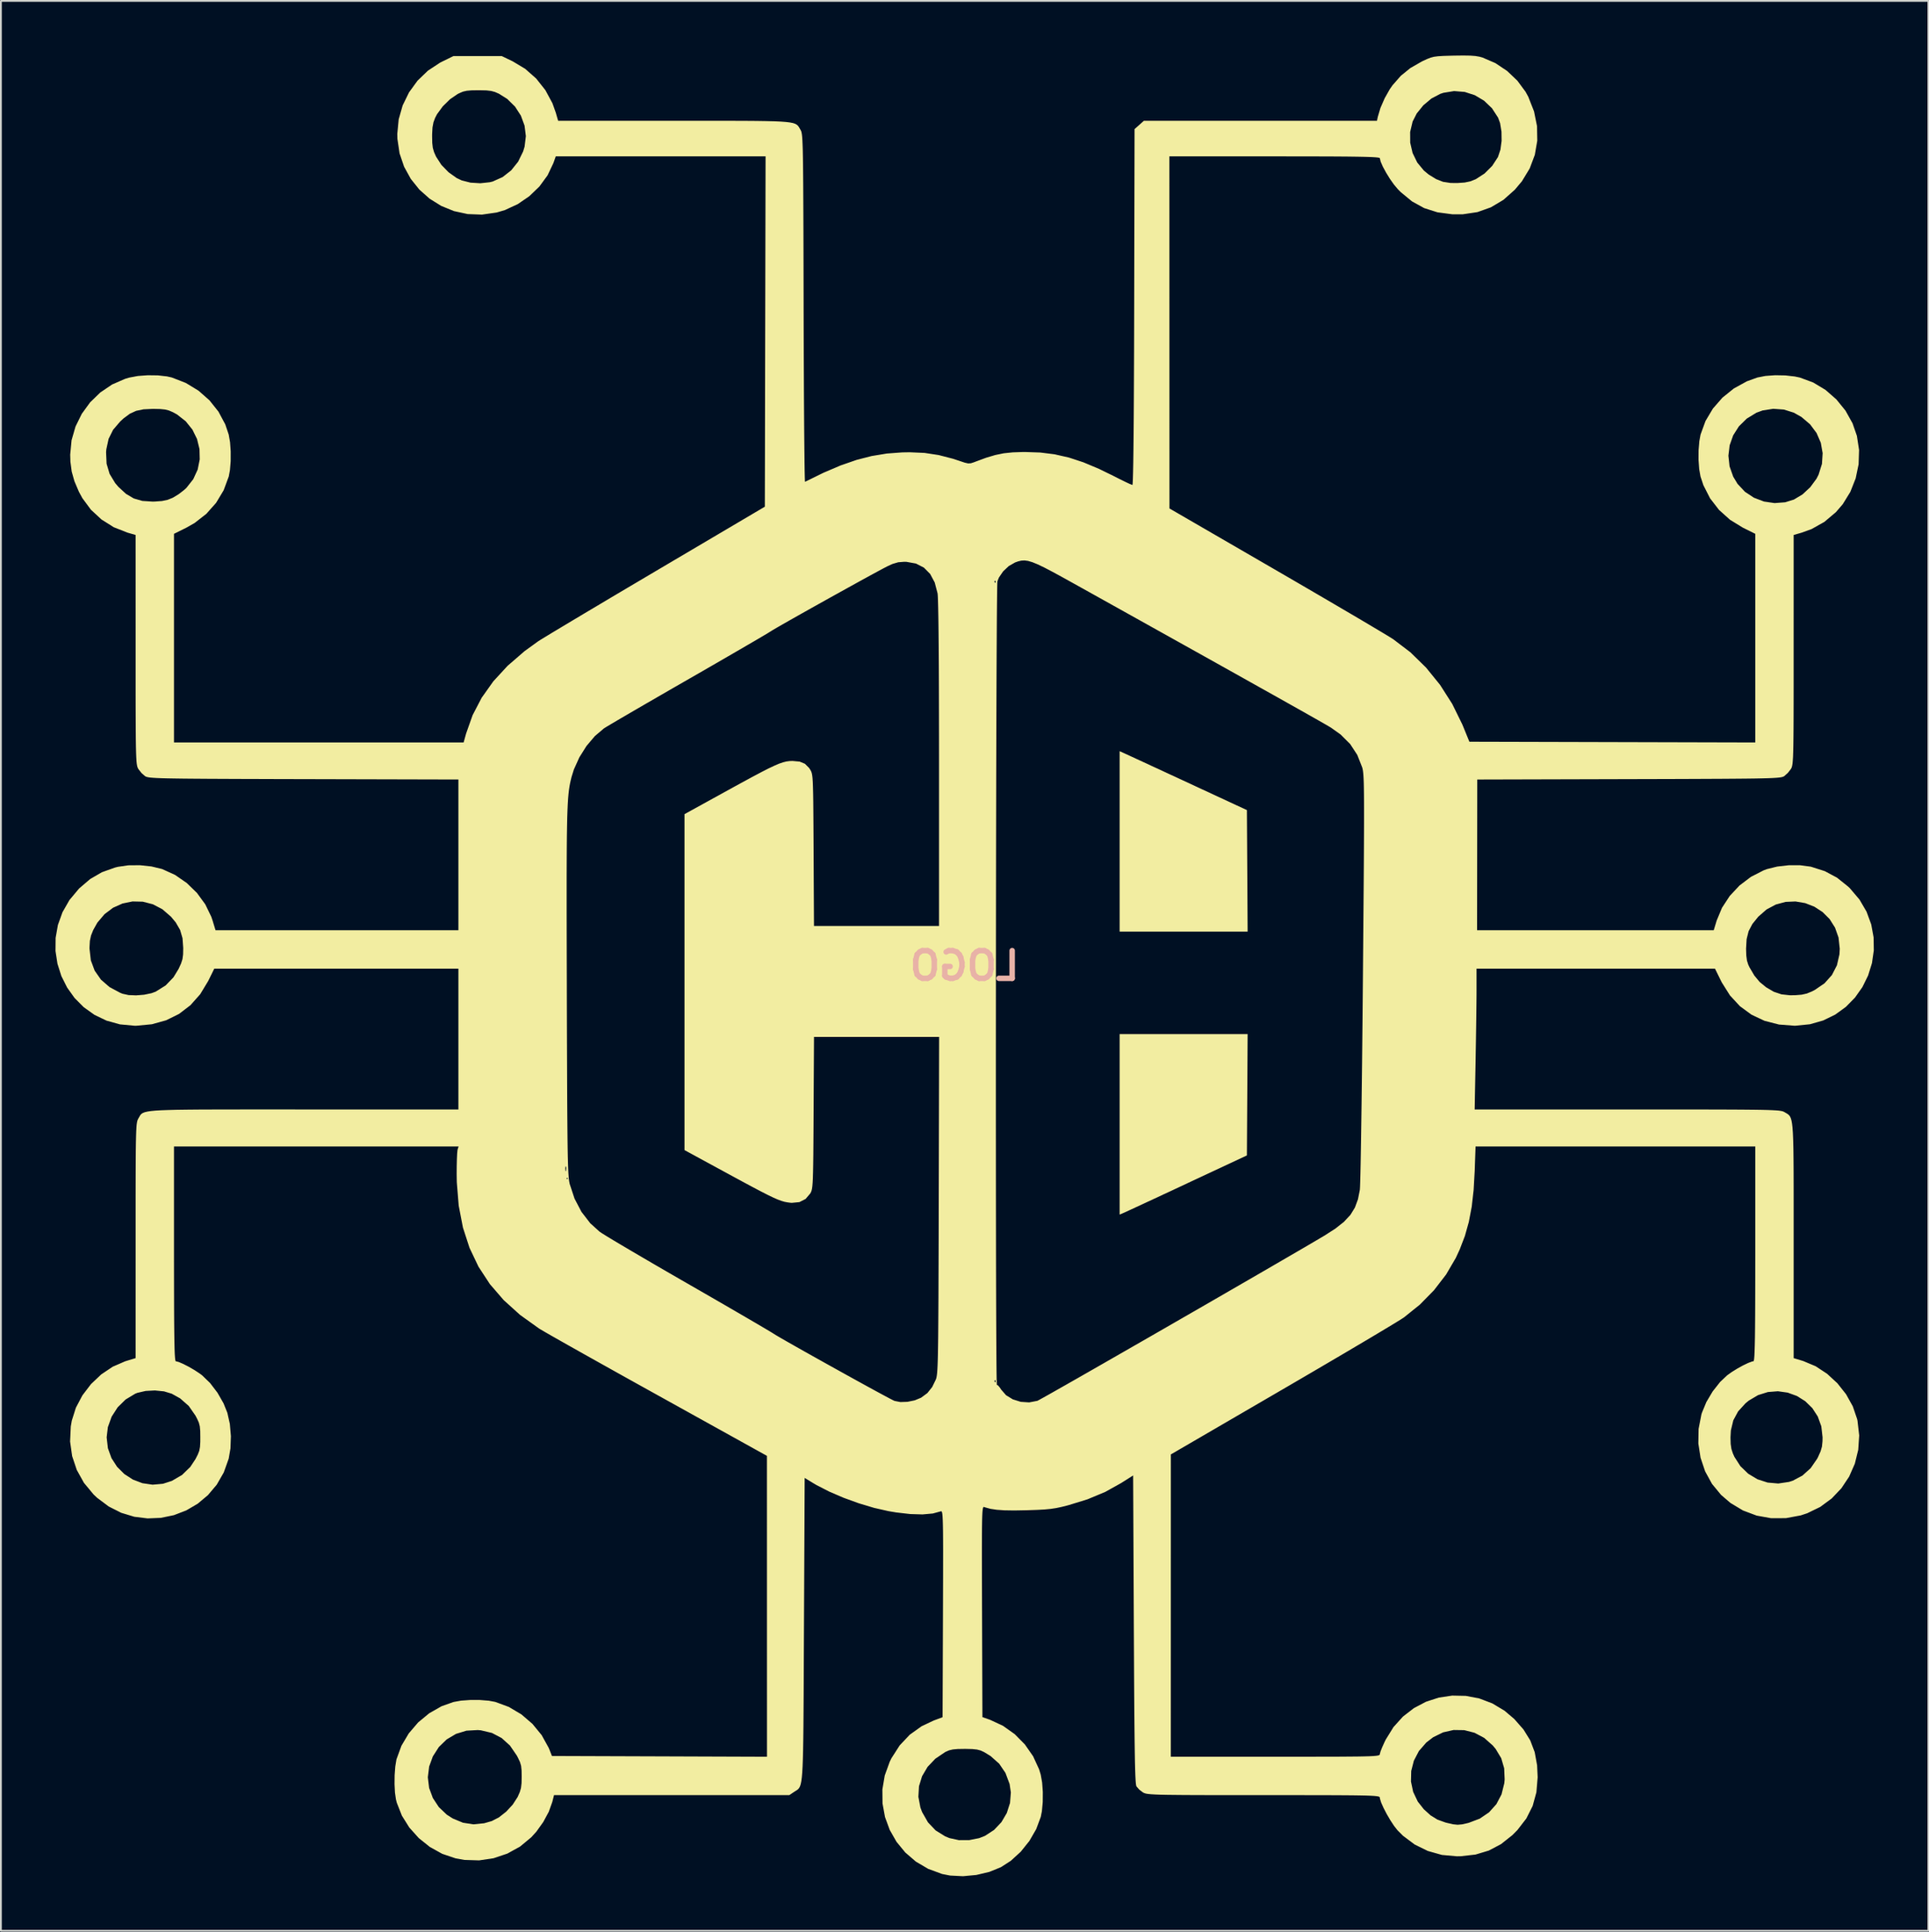
<source format=kicad_pcb>
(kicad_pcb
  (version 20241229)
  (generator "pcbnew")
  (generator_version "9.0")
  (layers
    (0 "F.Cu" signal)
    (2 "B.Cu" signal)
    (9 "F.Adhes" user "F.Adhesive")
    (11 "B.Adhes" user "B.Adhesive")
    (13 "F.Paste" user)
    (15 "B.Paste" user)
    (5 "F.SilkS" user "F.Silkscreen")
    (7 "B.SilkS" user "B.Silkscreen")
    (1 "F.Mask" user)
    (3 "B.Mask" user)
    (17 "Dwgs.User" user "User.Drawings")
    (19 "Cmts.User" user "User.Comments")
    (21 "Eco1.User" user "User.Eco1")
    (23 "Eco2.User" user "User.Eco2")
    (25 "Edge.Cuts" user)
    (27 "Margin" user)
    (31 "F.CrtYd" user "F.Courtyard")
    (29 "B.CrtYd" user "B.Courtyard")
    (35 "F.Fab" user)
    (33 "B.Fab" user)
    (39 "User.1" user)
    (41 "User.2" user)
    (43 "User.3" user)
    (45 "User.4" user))
  (footprint "LOGO"
    (layer "F.Cu")
    (at 49.967 50.011)
    (property "Reference" "LOGO" (at 0 0 0) (layer "B.SilkS") (effects (font (size 1.524 1.524) (thickness 0.3)) (justify mirror)))
    (attr board_only exclude_from_pos_files exclude_from_bom)
    (fp_poly (pts (xy 9.203 -11.478) (xy 9.429 -11.374) (xy 9.776 -11.214) (xy 10.224 -11.006) (xy 10.754 -10.761) (xy 11.343 -10.488) (xy 11.973 -10.197) (xy 12.622 -9.896) (xy 12.7 -9.859) (xy 15.514 -8.554) (xy 15.534 -5.215) (xy 15.554 -1.876) (xy 8.519 -1.876) (xy 8.519 -11.792)) (stroke (width 0) (type solid)) (fill yes) (layer "F.SilkS"))
    (fp_poly (pts (xy 15.534 7.085) (xy 15.514 10.418) (xy 12.27 11.934) (xy 11.597 12.249) (xy 10.959 12.546) (xy 10.374 12.819) (xy 9.856 13.06) (xy 9.42 13.262) (xy 9.083 13.418) (xy 8.859 13.521) (xy 8.773 13.56) (xy 8.519 13.669) (xy 8.519 3.751) (xy 15.554 3.751)) (stroke (width 0) (type solid)) (fill yes) (layer "F.SilkS"))
    (fp_poly (pts (xy 27.782 -50.005) (xy 28.068 -49.984) (xy 28.296 -49.945) (xy 28.469 -49.897) (xy 29.17 -49.594) (xy 29.815 -49.163) (xy 30.377 -48.63) (xy 30.829 -48.019) (xy 30.979 -47.744) (xy 31.295 -46.94) (xy 31.459 -46.132) (xy 31.473 -45.332) (xy 31.338 -44.553) (xy 31.057 -43.806) (xy 30.63 -43.103) (xy 30.236 -42.634) (xy 29.612 -42.081) (xy 28.927 -41.672) (xy 28.182 -41.407) (xy 27.378 -41.287) (xy 26.807 -41.287) (xy 25.988 -41.396) (xy 25.255 -41.629) (xy 24.587 -41.997) (xy 23.967 -42.508) (xy 23.808 -42.668) (xy 23.596 -42.921) (xy 23.374 -43.235) (xy 23.165 -43.574) (xy 22.988 -43.9) (xy 22.867 -44.177) (xy 22.821 -44.368) (xy 22.821 -44.37) (xy 22.794 -44.389) (xy 22.707 -44.406) (xy 22.551 -44.42) (xy 22.317 -44.433) (xy 21.995 -44.443) (xy 21.577 -44.451) (xy 21.054 -44.458) (xy 20.416 -44.463) (xy 19.655 -44.466) (xy 18.76 -44.468) (xy 17.724 -44.469) (xy 17.038 -44.47) (xy 11.254 -44.47) (xy 11.256 -34.798) (xy 11.258 -25.126) (xy 17.058 -21.766) (xy 17.951 -21.248) (xy 18.818 -20.743) (xy 19.648 -20.259) (xy 20.43 -19.801) (xy 21.152 -19.378) (xy 21.803 -18.995) (xy 22.371 -18.658) (xy 22.845 -18.376) (xy 23.214 -18.154) (xy 23.465 -18) (xy 23.556 -17.942) (xy 24.496 -17.227) (xy 25.358 -16.386) (xy 26.13 -15.435) (xy 26.798 -14.389) (xy 27.351 -13.264) (xy 27.407 -13.13) (xy 27.742 -12.309) (xy 35.598 -12.289) (xy 43.454 -12.269) (xy 43.454 -23.733) (xy 42.776 -24.069) (xy 42.069 -24.502) (xy 41.463 -25.045) (xy 40.97 -25.683) (xy 40.604 -26.401) (xy 40.443 -26.886) (xy 40.371 -27.296) (xy 40.336 -27.797) (xy 40.337 -28.024) (xy 41.978 -28.024) (xy 42.041 -27.442) (xy 42.241 -26.874) (xy 42.481 -26.476) (xy 42.887 -26.042) (xy 43.381 -25.716) (xy 43.934 -25.506) (xy 44.516 -25.42) (xy 45.099 -25.465) (xy 45.582 -25.617) (xy 46.05 -25.898) (xy 46.476 -26.293) (xy 46.818 -26.758) (xy 46.934 -26.984) (xy 47.119 -27.573) (xy 47.157 -28.163) (xy 47.056 -28.736) (xy 46.823 -29.271) (xy 46.466 -29.749) (xy 45.994 -30.151) (xy 45.573 -30.389) (xy 45.026 -30.56) (xy 44.44 -30.601) (xy 43.862 -30.512) (xy 43.52 -30.388) (xy 42.984 -30.061) (xy 42.555 -29.639) (xy 42.241 -29.145) (xy 42.047 -28.599) (xy 41.978 -28.024) (xy 40.337 -28.024) (xy 40.339 -28.327) (xy 40.38 -28.824) (xy 40.447 -29.186) (xy 40.72 -29.933) (xy 41.126 -30.614) (xy 41.65 -31.214) (xy 42.276 -31.718) (xy 42.989 -32.11) (xy 43.571 -32.321) (xy 44.015 -32.407) (xy 44.547 -32.445) (xy 45.106 -32.435) (xy 45.632 -32.376) (xy 45.909 -32.317) (xy 46.643 -32.044) (xy 47.317 -31.638) (xy 47.912 -31.117) (xy 48.413 -30.5) (xy 48.8 -29.805) (xy 49.04 -29.115) (xy 49.159 -28.341) (xy 49.134 -27.554) (xy 48.972 -26.778) (xy 48.68 -26.039) (xy 48.265 -25.364) (xy 47.887 -24.924) (xy 47.253 -24.389) (xy 46.551 -23.994) (xy 46.013 -23.799) (xy 45.564 -23.67) (xy 45.563 -17.364) (xy 45.563 -16.223) (xy 45.563 -15.228) (xy 45.562 -14.369) (xy 45.56 -13.634) (xy 45.557 -13.014) (xy 45.552 -12.498) (xy 45.546 -12.075) (xy 45.538 -11.736) (xy 45.529 -11.47) (xy 45.516 -11.265) (xy 45.502 -11.113) (xy 45.484 -11.002) (xy 45.464 -10.921) (xy 45.44 -10.862) (xy 45.413 -10.812) (xy 45.411 -10.809) (xy 45.244 -10.596) (xy 45.051 -10.424) (xy 45.043 -10.418) (xy 45.003 -10.396) (xy 44.948 -10.376) (xy 44.87 -10.358) (xy 44.759 -10.343) (xy 44.607 -10.329) (xy 44.405 -10.317) (xy 44.144 -10.307) (xy 43.814 -10.298) (xy 43.408 -10.29) (xy 42.915 -10.284) (xy 42.328 -10.279) (xy 41.637 -10.274) (xy 40.833 -10.27) (xy 39.907 -10.266) (xy 38.85 -10.262) (xy 37.654 -10.259) (xy 36.501 -10.256) (xy 28.174 -10.234) (xy 28.169 -6.094) (xy 28.164 -1.954) (xy 41.172 -1.954) (xy 41.333 -2.485) (xy 41.626 -3.188) (xy 42.051 -3.837) (xy 42.587 -4.41) (xy 43.213 -4.885) (xy 43.91 -5.242) (xy 44.1 -5.313) (xy 44.659 -5.452) (xy 45.288 -5.523) (xy 45.922 -5.523) (xy 46.493 -5.448) (xy 46.529 -5.439) (xy 47.283 -5.197) (xy 47.949 -4.84) (xy 48.561 -4.349) (xy 48.658 -4.256) (xy 49.183 -3.637) (xy 49.571 -2.972) (xy 49.827 -2.275) (xy 49.958 -1.562) (xy 49.969 -0.847) (xy 49.867 -0.143) (xy 49.656 0.533) (xy 49.344 1.168) (xy 48.935 1.747) (xy 48.436 2.256) (xy 47.853 2.679) (xy 47.191 3.003) (xy 46.457 3.212) (xy 45.656 3.292) (xy 45.619 3.293) (xy 44.759 3.227) (xy 43.965 3.024) (xy 43.247 2.686) (xy 42.611 2.22) (xy 42.065 1.63) (xy 41.618 0.921) (xy 41.577 0.84) (xy 41.24 0.156) (xy 28.135 0.156) (xy 28.135 1.27) (xy 28.134 1.623) (xy 28.129 2.103) (xy 28.122 2.683) (xy 28.113 3.333) (xy 28.103 4.026) (xy 28.091 4.732) (xy 28.084 5.139) (xy 28.032 7.894) (xy 36.427 7.894) (xy 37.754 7.894) (xy 38.934 7.894) (xy 39.975 7.895) (xy 40.887 7.896) (xy 41.679 7.898) (xy 42.359 7.901) (xy 42.937 7.905) (xy 43.421 7.91) (xy 43.821 7.916) (xy 44.145 7.924) (xy 44.403 7.934) (xy 44.602 7.945) (xy 44.754 7.958) (xy 44.865 7.974) (xy 44.946 7.991) (xy 45.004 8.012) (xy 45.051 8.034) (xy 45.071 8.047) (xy 45.158 8.097) (xy 45.233 8.143) (xy 45.298 8.196) (xy 45.355 8.264) (xy 45.402 8.358) (xy 45.442 8.489) (xy 45.475 8.665) (xy 45.501 8.898) (xy 45.522 9.198) (xy 45.537 9.573) (xy 45.549 10.035) (xy 45.556 10.594) (xy 45.561 11.259) (xy 45.563 12.041) (xy 45.564 12.949) (xy 45.564 13.995) (xy 45.564 15.111) (xy 45.564 21.555) (xy 46.094 21.716) (xy 46.769 21.999) (xy 47.4 22.413) (xy 47.966 22.934) (xy 48.444 23.538) (xy 48.814 24.202) (xy 49.053 24.902) (xy 49.073 24.994) (xy 49.166 25.803) (xy 49.113 26.595) (xy 48.926 27.355) (xy 48.614 28.064) (xy 48.186 28.707) (xy 47.652 29.268) (xy 47.023 29.731) (xy 46.308 30.078) (xy 45.95 30.196) (xy 45.135 30.347) (xy 44.323 30.349) (xy 43.531 30.207) (xy 42.78 29.926) (xy 42.087 29.509) (xy 41.573 29.068) (xy 41.076 28.464) (xy 40.699 27.777) (xy 40.447 27.028) (xy 40.325 26.243) (xy 40.331 25.908) (xy 42.093 25.908) (xy 42.103 26.27) (xy 42.143 26.544) (xy 42.225 26.795) (xy 42.308 26.979) (xy 42.638 27.493) (xy 43.068 27.907) (xy 43.574 28.21) (xy 44.132 28.392) (xy 44.719 28.444) (xy 45.309 28.356) (xy 45.514 28.289) (xy 46.045 28.009) (xy 46.499 27.6) (xy 46.857 27.081) (xy 46.902 26.993) (xy 47.043 26.68) (xy 47.119 26.416) (xy 47.149 26.12) (xy 47.153 25.908) (xy 47.084 25.301) (xy 46.889 24.762) (xy 46.588 24.299) (xy 46.199 23.92) (xy 45.742 23.634) (xy 45.235 23.45) (xy 44.698 23.375) (xy 44.149 23.418) (xy 43.608 23.587) (xy 43.094 23.891) (xy 42.914 24.04) (xy 42.51 24.484) (xy 42.247 24.972) (xy 42.114 25.527) (xy 42.093 25.908) (xy 40.331 25.908) (xy 40.339 25.443) (xy 40.493 24.652) (xy 40.522 24.558) (xy 40.767 23.966) (xy 41.112 23.385) (xy 41.523 22.864) (xy 41.912 22.497) (xy 42.166 22.316) (xy 42.469 22.128) (xy 42.783 21.955) (xy 43.067 21.819) (xy 43.283 21.739) (xy 43.356 21.727) (xy 43.375 21.697) (xy 43.391 21.603) (xy 43.405 21.435) (xy 43.417 21.185) (xy 43.427 20.844) (xy 43.436 20.404) (xy 43.442 19.854) (xy 43.447 19.188) (xy 43.45 18.396) (xy 43.452 17.469) (xy 43.453 16.399) (xy 43.454 15.826) (xy 43.454 9.926) (xy 28.081 9.926) (xy 28.034 11.274) (xy 27.975 12.318) (xy 27.869 13.242) (xy 27.711 14.073) (xy 27.495 14.843) (xy 27.212 15.581) (xy 26.995 16.05) (xy 26.463 16.96) (xy 25.797 17.824) (xy 25.017 18.618) (xy 24.147 19.317) (xy 23.992 19.418) (xy 23.713 19.591) (xy 23.32 19.829) (xy 22.824 20.127) (xy 22.236 20.478) (xy 21.566 20.874) (xy 20.827 21.311) (xy 20.027 21.781) (xy 19.178 22.279) (xy 18.292 22.797) (xy 17.446 23.29) (xy 11.334 26.846) (xy 11.333 35.15) (xy 11.332 43.454) (xy 17.077 43.454) (xy 18.161 43.453) (xy 19.1 43.453) (xy 19.904 43.452) (xy 20.583 43.45) (xy 21.147 43.446) (xy 21.608 43.442) (xy 21.975 43.435) (xy 22.26 43.427) (xy 22.473 43.416) (xy 22.624 43.402) (xy 22.723 43.386) (xy 22.782 43.367) (xy 22.811 43.344) (xy 22.82 43.318) (xy 22.821 43.306) (xy 22.855 43.174) (xy 22.945 42.943) (xy 23.075 42.654) (xy 23.145 42.512) (xy 23.57 41.825) (xy 24.091 41.248) (xy 24.692 40.784) (xy 25.354 40.435) (xy 26.062 40.205) (xy 26.797 40.095) (xy 27.543 40.11) (xy 28.282 40.251) (xy 28.997 40.522) (xy 29.671 40.924) (xy 30.21 41.382) (xy 30.716 41.959) (xy 31.087 42.557) (xy 31.332 43.204) (xy 31.464 43.926) (xy 31.494 44.584) (xy 31.425 45.407) (xy 31.219 46.158) (xy 30.872 46.847) (xy 30.379 47.485) (xy 30.105 47.761) (xy 29.482 48.255) (xy 28.812 48.609) (xy 28.078 48.829) (xy 27.264 48.921) (xy 27.054 48.924) (xy 26.234 48.85) (xy 25.455 48.631) (xy 24.735 48.277) (xy 24.092 47.796) (xy 23.791 47.495) (xy 23.603 47.255) (xy 23.399 46.946) (xy 23.199 46.604) (xy 23.024 46.267) (xy 22.892 45.97) (xy 22.825 45.752) (xy 22.821 45.705) (xy 22.815 45.679) (xy 22.792 45.657) (xy 22.742 45.638) (xy 22.654 45.622) (xy 22.518 45.608) (xy 22.325 45.597) (xy 22.065 45.587) (xy 21.727 45.58) (xy 21.302 45.574) (xy 20.78 45.57) (xy 20.151 45.567) (xy 19.405 45.565) (xy 18.532 45.564) (xy 17.522 45.564) (xy 16.432 45.563) (xy 15.283 45.563) (xy 14.28 45.563) (xy 13.412 45.562) (xy 12.67 45.56) (xy 12.043 45.557) (xy 11.52 45.552) (xy 11.091 45.547) (xy 10.746 45.539) (xy 10.474 45.529) (xy 10.265 45.517) (xy 10.108 45.503) (xy 9.994 45.486) (xy 9.912 45.466) (xy 9.851 45.442) (xy 9.801 45.416) (xy 9.794 45.411) (xy 9.596 45.259) (xy 9.45 45.092) (xy 9.442 45.079) (xy 9.425 45.023) (xy 9.41 44.911) (xy 9.402 44.816) (xy 24.531 44.816) (xy 24.651 45.384) (xy 24.905 45.918) (xy 25.235 46.337) (xy 25.609 46.676) (xy 25.984 46.907) (xy 26.42 47.066) (xy 26.533 47.095) (xy 26.851 47.166) (xy 27.095 47.191) (xy 27.335 47.17) (xy 27.642 47.102) (xy 27.709 47.085) (xy 28.314 46.855) (xy 28.824 46.508) (xy 29.226 46.059) (xy 29.509 45.521) (xy 29.661 44.908) (xy 29.68 44.704) (xy 29.653 44.086) (xy 29.492 43.536) (xy 29.187 43.028) (xy 29.026 42.836) (xy 28.555 42.419) (xy 28.025 42.138) (xy 27.458 41.993) (xy 26.875 41.985) (xy 26.299 42.115) (xy 25.751 42.383) (xy 25.373 42.674) (xy 24.966 43.143) (xy 24.69 43.672) (xy 24.545 44.238) (xy 24.531 44.816) (xy 9.402 44.816) (xy 9.396 44.735) (xy 9.383 44.487) (xy 9.372 44.161) (xy 9.361 43.748) (xy 9.352 43.24) (xy 9.343 42.629) (xy 9.335 41.909) (xy 9.327 41.07) (xy 9.32 40.106) (xy 9.313 39.009) (xy 9.307 37.77) (xy 9.3 36.45) (xy 9.261 28.001) (xy 8.608 28.415) (xy 7.73 28.904) (xy 6.755 29.311) (xy 5.705 29.635) (xy 5.351 29.724) (xy 5.042 29.79) (xy 4.738 29.837) (xy 4.399 29.87) (xy 3.988 29.893) (xy 3.464 29.911) (xy 3.396 29.913) (xy 2.729 29.925) (xy 2.194 29.917) (xy 1.765 29.887) (xy 1.421 29.835) (xy 1.136 29.757) (xy 1.074 29.734) (xy 1.048 29.73) (xy 1.026 29.747) (xy 1.007 29.795) (xy 0.991 29.885) (xy 0.978 30.026) (xy 0.968 30.229) (xy 0.96 30.504) (xy 0.954 30.862) (xy 0.951 31.313) (xy 0.949 31.868) (xy 0.949 32.536) (xy 0.95 33.327) (xy 0.953 34.254) (xy 0.956 35.324) (xy 0.957 35.479) (xy 0.977 41.277) (xy 1.402 41.427) (xy 2.11 41.757) (xy 2.753 42.214) (xy 3.311 42.779) (xy 3.763 43.428) (xy 4.091 44.141) (xy 4.182 44.437) (xy 4.26 44.873) (xy 4.297 45.394) (xy 4.293 45.937) (xy 4.248 46.44) (xy 4.186 46.756) (xy 3.934 47.431) (xy 3.559 48.081) (xy 3.086 48.671) (xy 2.541 49.17) (xy 1.993 49.523) (xy 1.354 49.783) (xy 0.644 49.949) (xy -0.089 50.018) (xy -0.796 49.982) (xy -1.241 49.895) (xy -2.004 49.614) (xy -2.68 49.216) (xy -3.262 48.715) (xy -3.744 48.128) (xy -4.118 47.473) (xy -4.377 46.765) (xy -4.513 46.02) (xy -4.517 45.657) (xy -2.542 45.657) (xy -2.431 46.244) (xy -2.336 46.497) (xy -2.014 47.061) (xy -1.593 47.503) (xy -1.071 47.828) (xy -0.834 47.925) (xy -0.316 48.037) (xy 0.247 48.036) (xy 0.799 47.927) (xy 1.12 47.801) (xy 1.618 47.476) (xy 2.022 47.049) (xy 2.318 46.546) (xy 2.495 45.992) (xy 2.54 45.416) (xy 2.471 44.951) (xy 2.245 44.346) (xy 1.899 43.837) (xy 1.427 43.417) (xy 1.072 43.2) (xy 0.882 43.113) (xy 0.681 43.06) (xy 0.422 43.033) (xy 0.059 43.024) (xy 0 43.024) (xy -0.38 43.03) (xy -0.65 43.055) (xy -0.857 43.104) (xy -1.046 43.186) (xy -1.072 43.2) (xy -1.612 43.565) (xy -2.036 44.012) (xy -2.338 44.522) (xy -2.509 45.077) (xy -2.542 45.657) (xy -4.517 45.657) (xy -4.521 45.255) (xy -4.391 44.487) (xy -4.118 43.731) (xy -4.023 43.538) (xy -3.57 42.832) (xy -3.015 42.244) (xy -2.363 41.778) (xy -1.702 41.466) (xy -1.211 41.282) (xy -1.191 35.599) (xy -1.188 34.519) (xy -1.185 33.586) (xy -1.184 32.788) (xy -1.183 32.115) (xy -1.185 31.557) (xy -1.188 31.103) (xy -1.194 30.743) (xy -1.202 30.466) (xy -1.212 30.262) (xy -1.225 30.121) (xy -1.241 30.032) (xy -1.26 29.984) (xy -1.282 29.968) (xy -1.308 29.972) (xy -1.309 29.972) (xy -1.748 30.091) (xy -2.314 30.141) (xy -2.992 30.121) (xy -3.767 30.032) (xy -4.181 29.963) (xy -4.972 29.783) (xy -5.811 29.532) (xy -6.651 29.228) (xy -7.444 28.887) (xy -8.143 28.528) (xy -8.323 28.422) (xy -8.792 28.136) (xy -8.831 36.44) (xy -8.838 37.785) (xy -8.843 38.982) (xy -8.848 40.041) (xy -8.854 40.971) (xy -8.86 41.779) (xy -8.868 42.476) (xy -8.878 43.069) (xy -8.891 43.568) (xy -8.906 43.982) (xy -8.925 44.319) (xy -8.948 44.588) (xy -8.976 44.798) (xy -9.009 44.959) (xy -9.047 45.078) (xy -9.092 45.165) (xy -9.144 45.229) (xy -9.202 45.278) (xy -9.269 45.321) (xy -9.344 45.368) (xy -9.37 45.385) (xy -9.636 45.564) (xy -22.568 45.564) (xy -22.661 45.935) (xy -22.855 46.477) (xy -23.158 47.039) (xy -23.538 47.571) (xy -23.818 47.88) (xy -24.435 48.391) (xy -25.133 48.776) (xy -25.89 49.031) (xy -26.683 49.149) (xy -27.491 49.124) (xy -27.975 49.038) (xy -28.711 48.789) (xy -29.393 48.411) (xy -30.002 47.923) (xy -30.521 47.344) (xy -30.929 46.692) (xy -31.207 45.986) (xy -31.255 45.798) (xy -31.309 45.428) (xy -31.333 44.965) (xy -31.329 44.584) (xy -29.503 44.584) (xy -29.432 45.169) (xy -29.227 45.723) (xy -28.9 46.22) (xy -28.461 46.637) (xy -28.142 46.842) (xy -27.573 47.08) (xy -27.001 47.168) (xy -26.406 47.109) (xy -25.991 46.99) (xy -25.593 46.785) (xy -25.195 46.471) (xy -24.84 46.088) (xy -24.574 45.677) (xy -24.563 45.657) (xy -24.45 45.401) (xy -24.383 45.17) (xy -24.352 44.901) (xy -24.345 44.548) (xy -24.351 44.204) (xy -24.377 43.956) (xy -24.438 43.746) (xy -24.548 43.512) (xy -24.613 43.389) (xy -24.987 42.843) (xy -25.444 42.428) (xy -25.98 42.147) (xy -26.593 42.002) (xy -26.76 41.988) (xy -27.38 42.023) (xy -27.955 42.199) (xy -28.466 42.502) (xy -28.896 42.919) (xy -29.228 43.437) (xy -29.43 43.992) (xy -29.503 44.584) (xy -31.329 44.584) (xy -31.328 44.469) (xy -31.293 44) (xy -31.231 43.619) (xy -31.223 43.587) (xy -30.954 42.851) (xy -30.552 42.174) (xy -30.039 41.573) (xy -29.431 41.069) (xy -28.75 40.681) (xy -28.092 40.447) (xy -27.675 40.373) (xy -27.171 40.337) (xy -26.643 40.338) (xy -26.152 40.377) (xy -25.794 40.443) (xy -25.047 40.72) (xy -24.359 41.129) (xy -23.752 41.651) (xy -23.246 42.268) (xy -22.862 42.962) (xy -22.804 43.102) (xy -22.682 43.414) (xy -16.773 43.434) (xy -10.863 43.455) (xy -10.865 35.189) (xy -10.866 26.924) (xy -16.853 23.602) (xy -17.761 23.098) (xy -18.639 22.61) (xy -19.477 22.142) (xy -20.264 21.702) (xy -20.989 21.296) (xy -21.641 20.929) (xy -22.208 20.609) (xy -22.68 20.341) (xy -23.046 20.131) (xy -23.294 19.986) (xy -23.397 19.923) (xy -24.434 19.18) (xy -25.332 18.369) (xy -26.093 17.488) (xy -26.719 16.531) (xy -27.212 15.496) (xy -27.574 14.38) (xy -27.806 13.177) (xy -27.911 11.885) (xy -27.914 11.684) (xy -21.883 11.684) (xy -21.844 11.723) (xy -21.805 11.684) (xy -21.844 11.645) (xy -21.883 11.684) (xy -27.914 11.684) (xy -27.918 11.442) (xy -27.916 11.137) (xy -21.946 11.137) (xy -21.938 11.27) (xy -21.913 11.282) (xy -21.91 11.275) (xy -21.895 11.12) (xy -21.907 11.041) (xy -21.932 11.009) (xy -21.945 11.113) (xy -21.946 11.137) (xy -27.916 11.137) (xy -27.915 11.016) (xy -27.906 10.635) (xy -27.892 10.331) (xy -27.874 10.137) (xy -27.866 10.094) (xy -27.812 9.926) (xy -43.454 9.926) (xy -43.454 15.826) (xy -43.453 16.969) (xy -43.451 17.964) (xy -43.449 18.82) (xy -43.445 19.547) (xy -43.439 20.151) (xy -43.432 20.644) (xy -43.423 21.032) (xy -43.412 21.325) (xy -43.398 21.531) (xy -43.383 21.66) (xy -43.365 21.72) (xy -43.356 21.727) (xy -43.192 21.768) (xy -42.94 21.877) (xy -42.637 22.033) (xy -42.323 22.215) (xy -42.038 22.403) (xy -41.912 22.497) (xy -41.471 22.923) (xy -41.066 23.453) (xy -40.731 24.038) (xy -40.522 24.558) (xy -40.384 25.17) (xy -40.326 25.844) (xy -40.35 26.513) (xy -40.447 27.076) (xy -40.719 27.837) (xy -41.104 28.507) (xy -41.587 29.08) (xy -42.152 29.554) (xy -42.782 29.923) (xy -43.461 30.183) (xy -44.175 30.33) (xy -44.905 30.361) (xy -45.637 30.27) (xy -46.355 30.053) (xy -47.042 29.706) (xy -47.683 29.226) (xy -47.876 29.043) (xy -48.404 28.406) (xy -48.798 27.697) (xy -49.053 26.934) (xy -49.165 26.134) (xy -49.154 25.907) (xy -47.155 25.907) (xy -47.087 26.505) (xy -46.89 27.049) (xy -46.582 27.526) (xy -46.183 27.923) (xy -45.712 28.228) (xy -45.189 28.427) (xy -44.632 28.508) (xy -44.06 28.458) (xy -43.572 28.3) (xy -43.012 27.974) (xy -42.56 27.535) (xy -42.276 27.106) (xy -42.146 26.853) (xy -42.066 26.648) (xy -42.025 26.434) (xy -42.009 26.156) (xy -42.008 25.908) (xy -42.012 25.557) (xy -42.035 25.307) (xy -42.087 25.102) (xy -42.183 24.887) (xy -42.276 24.71) (xy -42.644 24.182) (xy -43.116 23.767) (xy -43.577 23.51) (xy -44.003 23.381) (xy -44.503 23.331) (xy -45.012 23.358) (xy -45.468 23.463) (xy -45.584 23.509) (xy -46.113 23.828) (xy -46.551 24.258) (xy -46.882 24.773) (xy -47.089 25.348) (xy -47.155 25.907) (xy -49.154 25.907) (xy -49.127 25.313) (xy -49.072 24.994) (xy -48.846 24.278) (xy -48.487 23.6) (xy -48.017 22.984) (xy -47.456 22.452) (xy -46.823 22.027) (xy -46.142 21.731) (xy -46.094 21.716) (xy -45.564 21.555) (xy -45.563 15.096) (xy -45.563 13.94) (xy -45.563 12.931) (xy -45.562 12.057) (xy -45.56 11.308) (xy -45.557 10.675) (xy -45.553 10.146) (xy -45.547 9.712) (xy -45.539 9.361) (xy -45.53 9.085) (xy -45.518 8.872) (xy -45.504 8.712) (xy -45.487 8.595) (xy -45.467 8.511) (xy -45.444 8.449) (xy -45.418 8.398) (xy -45.411 8.386) (xy -45.367 8.31) (xy -45.329 8.242) (xy -45.288 8.182) (xy -45.235 8.129) (xy -45.161 8.083) (xy -45.057 8.043) (xy -44.916 8.01) (xy -44.727 7.981) (xy -44.483 7.958) (xy -44.174 7.939) (xy -43.793 7.925) (xy -43.329 7.913) (xy -42.775 7.905) (xy -42.122 7.899) (xy -41.361 7.896) (xy -40.483 7.894) (xy -39.48 7.893) (xy -38.343 7.893) (xy -37.062 7.893) (xy -36.306 7.894) (xy -27.823 7.894) (xy -27.823 0.156) (xy -41.24 0.156) (xy -41.577 0.84) (xy -42.014 1.562) (xy -42.549 2.164) (xy -43.176 2.644) (xy -43.887 2.995) (xy -44.673 3.212) (xy -45.526 3.293) (xy -45.619 3.293) (xy -46.423 3.218) (xy -47.161 3.014) (xy -47.826 2.695) (xy -48.413 2.276) (xy -48.916 1.771) (xy -49.328 1.195) (xy -49.645 0.562) (xy -49.859 -0.113) (xy -49.967 -0.816) (xy -49.965 -0.938) (xy -48.097 -0.938) (xy -48.025 -0.301) (xy -47.814 0.267) (xy -47.47 0.759) (xy -46.999 1.169) (xy -46.405 1.487) (xy -46.279 1.537) (xy -45.949 1.608) (xy -45.535 1.624) (xy -45.096 1.589) (xy -44.693 1.507) (xy -44.458 1.42) (xy -43.913 1.079) (xy -43.483 0.633) (xy -43.203 0.174) (xy -43.067 -0.122) (xy -42.989 -0.366) (xy -42.954 -0.628) (xy -42.947 -0.975) (xy -42.986 -1.515) (xy -43.117 -1.967) (xy -43.358 -2.383) (xy -43.619 -2.697) (xy -44.092 -3.107) (xy -44.616 -3.38) (xy -45.169 -3.522) (xy -45.732 -3.535) (xy -46.284 -3.422) (xy -46.804 -3.189) (xy -47.271 -2.837) (xy -47.666 -2.371) (xy -47.895 -1.963) (xy -48.014 -1.663) (xy -48.077 -1.373) (xy -48.097 -1.018) (xy -48.097 -0.938) (xy -49.965 -0.938) (xy -49.96 -1.531) (xy -49.834 -2.245) (xy -49.583 -2.943) (xy -49.201 -3.611) (xy -48.682 -4.233) (xy -48.658 -4.257) (xy -48.062 -4.766) (xy -47.42 -5.139) (xy -46.697 -5.397) (xy -46.536 -5.438) (xy -45.963 -5.52) (xy -45.324 -5.525) (xy -44.687 -5.457) (xy -44.118 -5.319) (xy -44.1 -5.313) (xy -43.396 -4.993) (xy -42.753 -4.549) (xy -42.192 -4.003) (xy -41.735 -3.377) (xy -41.403 -2.693) (xy -41.333 -2.485) (xy -41.172 -1.954) (xy -27.823 -1.954) (xy -27.823 -3.976) (xy -21.873 -3.976) (xy -21.873 -2.908) (xy -21.871 -1.711) (xy -21.868 -0.377) (xy -21.864 1.104) (xy -21.864 1.407) (xy -21.86 2.878) (xy -21.856 4.201) (xy -21.851 5.384) (xy -21.847 6.436) (xy -21.843 7.365) (xy -21.838 8.179) (xy -21.832 8.886) (xy -21.826 9.496) (xy -21.819 10.015) (xy -21.811 10.453) (xy -21.801 10.818) (xy -21.791 11.118) (xy -21.78 11.362) (xy -21.766 11.557) (xy -21.752 11.712) (xy -21.736 11.835) (xy -21.717 11.935) (xy -21.705 11.99) (xy -21.439 12.794) (xy -21.059 13.519) (xy -20.576 14.145) (xy -20.066 14.606) (xy -19.927 14.699) (xy -19.665 14.862) (xy -19.293 15.087) (xy -18.823 15.367) (xy -18.269 15.694) (xy -17.642 16.061) (xy -16.957 16.461) (xy -16.225 16.885) (xy -15.46 17.326) (xy -15.279 17.43) (xy -14.509 17.873) (xy -13.77 18.299) (xy -13.075 18.701) (xy -12.436 19.072) (xy -11.866 19.403) (xy -11.378 19.689) (xy -10.985 19.92) (xy -10.699 20.09) (xy -10.532 20.192) (xy -10.512 20.205) (xy -10.359 20.3) (xy -10.091 20.457) (xy -9.725 20.667) (xy -9.278 20.921) (xy -8.767 21.209) (xy -8.21 21.521) (xy -7.623 21.849) (xy -7.024 22.182) (xy -6.43 22.512) (xy -5.857 22.828) (xy -5.324 23.121) (xy -4.846 23.382) (xy -4.442 23.6) (xy -4.128 23.768) (xy -3.921 23.874) (xy -3.851 23.906) (xy -3.531 23.968) (xy -3.141 23.955) (xy -2.743 23.874) (xy -2.4 23.733) (xy -2.389 23.727) (xy -2.047 23.474) (xy -1.786 23.147) (xy -1.626 22.821) (xy 1.641 22.821) (xy 1.67 22.885) (xy 1.693 22.873) (xy 1.703 22.78) (xy 1.693 22.769) (xy 1.647 22.78) (xy 1.641 22.821) (xy -1.626 22.821) (xy -1.581 22.728) (xy -1.56 22.669) (xy -1.542 22.593) (xy -1.526 22.491) (xy -1.511 22.356) (xy -1.498 22.178) (xy -1.487 21.949) (xy -1.477 21.661) (xy -1.468 21.305) (xy -1.461 20.873) (xy -1.454 20.355) (xy -1.449 19.743) (xy -1.444 19.03) (xy -1.439 18.205) (xy -1.436 17.262) (xy -1.432 16.19) (xy -1.428 14.982) (xy -1.425 13.63) (xy -1.424 13.149) (xy -1.408 6.596) (xy 1.717 6.596) (xy 1.717 8.141) (xy 1.718 9.651) (xy 1.719 11.12) (xy 1.72 12.538) (xy 1.722 13.9) (xy 1.724 15.197) (xy 1.726 16.422) (xy 1.729 17.566) (xy 1.732 18.624) (xy 1.736 19.586) (xy 1.74 20.446) (xy 1.744 21.196) (xy 1.749 21.828) (xy 1.754 22.335) (xy 1.76 22.709) (xy 1.766 22.942) (xy 1.772 23.028) (xy 1.773 23.028) (xy 1.839 23.057) (xy 1.947 23.19) (xy 2.007 23.283) (xy 2.276 23.592) (xy 2.648 23.82) (xy 3.084 23.956) (xy 3.546 23.987) (xy 3.994 23.902) (xy 4.086 23.855) (xy 4.304 23.735) (xy 4.637 23.549) (xy 5.073 23.302) (xy 5.604 23.001) (xy 6.219 22.651) (xy 6.907 22.258) (xy 7.658 21.828) (xy 8.462 21.367) (xy 9.309 20.881) (xy 10.188 20.377) (xy 11.088 19.859) (xy 12.001 19.333) (xy 12.915 18.807) (xy 13.82 18.285) (xy 14.706 17.773) (xy 15.562 17.278) (xy 16.378 16.806) (xy 17.145 16.361) (xy 17.85 15.951) (xy 18.486 15.582) (xy 19.04 15.258) (xy 19.502 14.986) (xy 19.773 14.826) (xy 20.377 14.439) (xy 20.846 14.068) (xy 21.199 13.69) (xy 21.45 13.283) (xy 21.619 12.826) (xy 21.721 12.309) (xy 21.73 12.167) (xy 21.74 11.878) (xy 21.752 11.451) (xy 21.764 10.896) (xy 21.776 10.223) (xy 21.789 9.44) (xy 21.802 8.556) (xy 21.816 7.582) (xy 21.829 6.527) (xy 21.843 5.4) (xy 21.856 4.21) (xy 21.869 2.966) (xy 21.881 1.679) (xy 21.89 0.664) (xy 21.903 -0.877) (xy 21.904 -0.938) (xy 42.949 -0.938) (xy 42.961 -0.563) (xy 42.997 -0.29) (xy 43.067 -0.065) (xy 43.134 0.078) (xy 43.404 0.538) (xy 43.695 0.888) (xy 44.045 1.176) (xy 44.053 1.182) (xy 44.475 1.428) (xy 44.893 1.568) (xy 45.366 1.619) (xy 45.644 1.615) (xy 46.005 1.587) (xy 46.289 1.524) (xy 46.575 1.406) (xy 46.725 1.328) (xy 47.259 0.963) (xy 47.666 0.509) (xy 47.942 -0.026) (xy 48.081 -0.632) (xy 48.097 -0.938) (xy 48.03 -1.552) (xy 47.838 -2.097) (xy 47.54 -2.567) (xy 47.155 -2.952) (xy 46.702 -3.247) (xy 46.2 -3.443) (xy 45.667 -3.534) (xy 45.123 -3.511) (xy 44.587 -3.367) (xy 44.076 -3.096) (xy 43.619 -2.697) (xy 43.294 -2.295) (xy 43.087 -1.9) (xy 42.979 -1.462) (xy 42.949 -0.938) (xy 21.904 -0.938) (xy 21.915 -2.27) (xy 21.925 -3.523) (xy 21.934 -4.642) (xy 21.941 -5.637) (xy 21.946 -6.515) (xy 21.95 -7.284) (xy 21.952 -7.952) (xy 21.952 -8.527) (xy 21.951 -9.016) (xy 21.948 -9.428) (xy 21.943 -9.77) (xy 21.937 -10.05) (xy 21.928 -10.276) (xy 21.918 -10.456) (xy 21.906 -10.599) (xy 21.892 -10.711) (xy 21.876 -10.8) (xy 21.858 -10.875) (xy 21.85 -10.902) (xy 21.58 -11.587) (xy 21.188 -12.185) (xy 20.664 -12.707) (xy 20.133 -13.085) (xy 19.996 -13.166) (xy 19.768 -13.298) (xy 19.445 -13.483) (xy 19.024 -13.721) (xy 18.502 -14.016) (xy 17.876 -14.368) (xy 17.143 -14.78) (xy 16.299 -15.252) (xy 15.343 -15.788) (xy 14.27 -16.388) (xy 13.078 -17.054) (xy 11.763 -17.788) (xy 10.322 -18.592) (xy 8.753 -19.467) (xy 7.051 -20.416) (xy 6.033 -20.983) (xy 5.366 -21.353) (xy 4.818 -21.651) (xy 4.372 -21.884) (xy 4.013 -22.056) (xy 3.725 -22.173) (xy 3.49 -22.243) (xy 3.292 -22.27) (xy 3.116 -22.26) (xy 2.944 -22.22) (xy 2.779 -22.162) (xy 2.43 -21.965) (xy 2.117 -21.671) (xy 1.884 -21.331) (xy 1.803 -21.127) (xy 1.796 -21.026) (xy 1.79 -20.779) (xy 1.784 -20.392) (xy 1.778 -19.873) (xy 1.772 -19.229) (xy 1.767 -18.468) (xy 1.762 -17.598) (xy 1.757 -16.626) (xy 1.752 -15.56) (xy 1.748 -14.407) (xy 1.743 -13.175) (xy 1.74 -11.871) (xy 1.736 -10.504) (xy 1.733 -9.08) (xy 1.73 -7.607) (xy 1.727 -6.093) (xy 1.725 -4.545) (xy 1.723 -2.972) (xy 1.721 -1.379) (xy 1.72 0.224) (xy 1.719 1.831) (xy 1.718 3.434) (xy 1.717 5.025) (xy 1.717 6.596) (xy -1.408 6.596) (xy -1.402 3.908) (xy -8.278 3.908) (xy -8.301 8.069) (xy -8.306 8.983) (xy -8.311 9.754) (xy -8.316 10.394) (xy -8.323 10.918) (xy -8.331 11.338) (xy -8.341 11.669) (xy -8.354 11.922) (xy -8.37 12.111) (xy -8.389 12.249) (xy -8.413 12.35) (xy -8.441 12.427) (xy -8.475 12.492) (xy -8.482 12.505) (xy -8.741 12.81) (xy -9.082 12.984) (xy -9.503 13.024) (xy -9.587 13.017) (xy -9.747 12.996) (xy -9.907 12.964) (xy -10.08 12.913) (xy -10.283 12.837) (xy -10.53 12.728) (xy -10.836 12.58) (xy -11.216 12.386) (xy -11.686 12.138) (xy -12.26 11.83) (xy -12.953 11.454) (xy -13.071 11.39) (xy -15.396 10.126) (xy -15.396 -8.331) (xy -13.011 -9.645) (xy -12.289 -10.041) (xy -11.688 -10.367) (xy -11.193 -10.63) (xy -10.79 -10.836) (xy -10.463 -10.991) (xy -10.199 -11.104) (xy -9.981 -11.179) (xy -9.796 -11.225) (xy -9.628 -11.248) (xy -9.463 -11.254) (xy -9.459 -11.254) (xy -9.066 -11.218) (xy -8.777 -11.098) (xy -8.554 -10.876) (xy -8.497 -10.791) (xy -8.459 -10.728) (xy -8.427 -10.661) (xy -8.4 -10.578) (xy -8.378 -10.465) (xy -8.36 -10.309) (xy -8.346 -10.097) (xy -8.335 -9.816) (xy -8.326 -9.453) (xy -8.319 -8.994) (xy -8.314 -8.426) (xy -8.309 -7.736) (xy -8.304 -6.911) (xy -8.301 -6.35) (xy -8.279 -2.188) (xy -1.407 -2.188) (xy -1.407 -11.078) (xy -1.408 -12.62) (xy -1.411 -14.034) (xy -1.414 -15.315) (xy -1.419 -16.462) (xy -1.426 -17.471) (xy -1.434 -18.34) (xy -1.443 -19.066) (xy -1.454 -19.647) (xy -1.465 -20.078) (xy -1.478 -20.359) (xy -1.489 -20.466) (xy -1.643 -21.057) (xy -1.667 -21.102) (xy 1.641 -21.102) (xy 1.67 -21.037) (xy 1.693 -21.049) (xy 1.703 -21.142) (xy 1.693 -21.154) (xy 1.647 -21.143) (xy 1.641 -21.102) (xy -1.667 -21.102) (xy -1.895 -21.528) (xy -2.24 -21.876) (xy -2.675 -22.099) (xy -3.197 -22.193) (xy -3.321 -22.196) (xy -3.649 -22.17) (xy -3.963 -22.078) (xy -4.242 -21.951) (xy -4.464 -21.835) (xy -4.793 -21.659) (xy -5.211 -21.432) (xy -5.7 -21.164) (xy -6.242 -20.865) (xy -6.819 -20.545) (xy -7.415 -20.215) (xy -8.01 -19.883) (xy -8.587 -19.56) (xy -9.128 -19.256) (xy -9.616 -18.98) (xy -10.032 -18.743) (xy -10.36 -18.555) (xy -10.58 -18.424) (xy -10.66 -18.374) (xy -10.784 -18.297) (xy -11.03 -18.15) (xy -11.387 -17.939) (xy -11.842 -17.674) (xy -12.382 -17.36) (xy -12.995 -17.005) (xy -13.667 -16.616) (xy -14.386 -16.201) (xy -15.14 -15.768) (xy -15.24 -15.71) (xy -15.998 -15.275) (xy -16.722 -14.857) (xy -17.401 -14.465) (xy -18.022 -14.105) (xy -18.572 -13.785) (xy -19.039 -13.512) (xy -19.409 -13.294) (xy -19.671 -13.138) (xy -19.811 -13.051) (xy -19.82 -13.046) (xy -20.321 -12.622) (xy -20.781 -12.079) (xy -21.174 -11.455) (xy -21.476 -10.786) (xy -21.607 -10.364) (xy -21.647 -10.2) (xy -21.684 -10.035) (xy -21.716 -9.862) (xy -21.745 -9.671) (xy -21.77 -9.455) (xy -21.792 -9.204) (xy -21.811 -8.91) (xy -21.827 -8.564) (xy -21.841 -8.158) (xy -21.851 -7.683) (xy -21.86 -7.131) (xy -21.866 -6.493) (xy -21.87 -5.76) (xy -21.873 -4.924) (xy -21.873 -3.976) (xy -27.823 -3.976) (xy -27.823 -10.235) (xy -36.325 -10.256) (xy -37.664 -10.259) (xy -38.855 -10.263) (xy -39.908 -10.266) (xy -40.831 -10.27) (xy -41.633 -10.274) (xy -42.322 -10.279) (xy -42.909 -10.284) (xy -43.401 -10.291) (xy -43.808 -10.298) (xy -44.137 -10.307) (xy -44.399 -10.317) (xy -44.602 -10.329) (xy -44.755 -10.342) (xy -44.867 -10.358) (xy -44.946 -10.375) (xy -45.001 -10.395) (xy -45.042 -10.417) (xy -45.043 -10.418) (xy -45.236 -10.587) (xy -45.405 -10.8) (xy -45.411 -10.809) (xy -45.438 -10.858) (xy -45.462 -10.917) (xy -45.483 -10.996) (xy -45.501 -11.105) (xy -45.516 -11.254) (xy -45.528 -11.455) (xy -45.538 -11.717) (xy -45.546 -12.052) (xy -45.552 -12.469) (xy -45.556 -12.978) (xy -45.559 -13.592) (xy -45.562 -14.319) (xy -45.563 -15.17) (xy -45.563 -16.156) (xy -45.563 -17.288) (xy -45.563 -17.364) (xy -45.564 -23.67) (xy -46.013 -23.799) (xy -46.763 -24.094) (xy -47.437 -24.518) (xy -48.019 -25.056) (xy -48.491 -25.694) (xy -48.683 -26.049) (xy -48.927 -26.624) (xy -49.076 -27.154) (xy -49.148 -27.702) (xy -49.159 -28.084) (xy -49.146 -28.214) (xy -47.186 -28.214) (xy -47.159 -27.586) (xy -46.994 -27.027) (xy -46.686 -26.519) (xy -46.512 -26.315) (xy -46.094 -25.93) (xy -45.667 -25.677) (xy -45.193 -25.54) (xy -44.631 -25.503) (xy -44.509 -25.506) (xy -44.116 -25.535) (xy -43.815 -25.597) (xy -43.54 -25.706) (xy -43.489 -25.732) (xy -43.195 -25.912) (xy -42.896 -26.143) (xy -42.771 -26.257) (xy -42.395 -26.735) (xy -42.152 -27.264) (xy -42.04 -27.824) (xy -42.053 -28.39) (xy -42.188 -28.942) (xy -42.441 -29.457) (xy -42.808 -29.914) (xy -43.285 -30.289) (xy -43.512 -30.414) (xy -43.724 -30.505) (xy -43.939 -30.561) (xy -44.206 -30.588) (xy -44.574 -30.596) (xy -44.626 -30.596) (xy -45.13 -30.573) (xy -45.532 -30.49) (xy -45.881 -30.33) (xy -46.226 -30.074) (xy -46.41 -29.905) (xy -46.8 -29.45) (xy -47.049 -28.95) (xy -47.173 -28.376) (xy -47.186 -28.214) (xy -49.146 -28.214) (xy -49.084 -28.872) (xy -48.867 -29.626) (xy -48.522 -30.326) (xy -48.063 -30.957) (xy -47.503 -31.499) (xy -46.855 -31.937) (xy -46.133 -32.251) (xy -45.909 -32.317) (xy -45.436 -32.405) (xy -44.892 -32.444) (xy -44.339 -32.437) (xy -43.837 -32.381) (xy -43.575 -32.322) (xy -42.803 -32.021) (xy -42.108 -31.598) (xy -41.506 -31.068) (xy -41.011 -30.447) (xy -40.637 -29.748) (xy -40.447 -29.186) (xy -40.373 -28.767) (xy -40.337 -28.262) (xy -40.338 -27.732) (xy -40.378 -27.239) (xy -40.443 -26.886) (xy -40.725 -26.125) (xy -41.14 -25.435) (xy -41.676 -24.831) (xy -42.322 -24.327) (xy -42.776 -24.069) (xy -43.454 -23.733) (xy -43.454 -12.27) (xy -27.536 -12.27) (xy -27.4 -12.759) (xy -27.042 -13.77) (xy -26.545 -14.725) (xy -25.904 -15.628) (xy -25.12 -16.48) (xy -24.189 -17.285) (xy -23.446 -17.823) (xy -23.303 -17.914) (xy -23.036 -18.077) (xy -22.656 -18.308) (xy -22.173 -18.598) (xy -21.598 -18.942) (xy -20.942 -19.334) (xy -20.215 -19.766) (xy -19.429 -20.234) (xy -18.593 -20.729) (xy -17.718 -21.246) (xy -16.959 -21.695) (xy -10.981 -25.223) (xy -10.941 -44.47) (xy -22.472 -44.47) (xy -22.605 -44.095) (xy -22.922 -43.428) (xy -23.368 -42.818) (xy -23.922 -42.284) (xy -24.562 -41.845) (xy -25.266 -41.52) (xy -25.717 -41.386) (xy -26.525 -41.27) (xy -27.312 -41.299) (xy -28.063 -41.462) (xy -28.765 -41.747) (xy -29.405 -42.145) (xy -29.967 -42.643) (xy -30.439 -43.232) (xy -30.807 -43.9) (xy -31.057 -44.636) (xy -31.175 -45.43) (xy -31.178 -45.564) (xy -29.268 -45.564) (xy -29.26 -45.203) (xy -29.229 -44.937) (xy -29.162 -44.706) (xy -29.05 -44.454) (xy -28.759 -44.004) (xy -28.366 -43.599) (xy -27.918 -43.28) (xy -27.643 -43.149) (xy -27.16 -43.027) (xy -26.621 -42.993) (xy -26.099 -43.049) (xy -25.93 -43.091) (xy -25.391 -43.333) (xy -24.921 -43.702) (xy -24.54 -44.178) (xy -24.265 -44.741) (xy -24.185 -45.003) (xy -24.115 -45.582) (xy -24.187 -46.159) (xy -24.389 -46.708) (xy -24.711 -47.205) (xy -25.138 -47.625) (xy -25.595 -47.912) (xy -25.813 -48.007) (xy -26.025 -48.064) (xy -26.283 -48.094) (xy -26.636 -48.102) (xy -26.729 -48.103) (xy -27.1 -48.097) (xy -27.364 -48.074) (xy -27.572 -48.026) (xy -27.771 -47.942) (xy -27.865 -47.895) (xy -28.286 -47.607) (xy -28.68 -47.22) (xy -28.997 -46.787) (xy -29.099 -46.593) (xy -29.194 -46.34) (xy -29.247 -46.058) (xy -29.267 -45.693) (xy -29.268 -45.564) (xy -31.178 -45.564) (xy -31.182 -45.704) (xy -31.105 -46.504) (xy -30.886 -47.271) (xy -30.537 -47.985) (xy -30.07 -48.628) (xy -29.499 -49.178) (xy -28.834 -49.616) (xy -28.709 -49.68) (xy -28.096 -49.979) (xy -25.439 -49.979) (xy -24.845 -49.695) (xy -24.154 -49.281) (xy -23.548 -48.746) (xy -23.043 -48.109) (xy -22.656 -47.392) (xy -22.471 -46.873) (xy -22.341 -46.423) (xy -15.969 -46.423) (xy -14.797 -46.424) (xy -13.77 -46.424) (xy -12.88 -46.423) (xy -12.115 -46.421) (xy -11.466 -46.416) (xy -10.923 -46.408) (xy -10.475 -46.397) (xy -10.113 -46.381) (xy -9.825 -46.36) (xy -9.603 -46.333) (xy -9.435 -46.3) (xy -9.312 -46.259) (xy -9.224 -46.209) (xy -9.16 -46.152) (xy -9.111 -46.084) (xy -9.065 -46.006) (xy -9.018 -45.924) (xy -8.996 -45.884) (xy -8.976 -45.832) (xy -8.959 -45.762) (xy -8.943 -45.665) (xy -8.929 -45.531) (xy -8.917 -45.354) (xy -8.907 -45.125) (xy -8.897 -44.834) (xy -8.89 -44.475) (xy -8.883 -44.038) (xy -8.877 -43.515) (xy -8.872 -42.898) (xy -8.868 -42.179) (xy -8.864 -41.348) (xy -8.86 -40.398) (xy -8.857 -39.321) (xy -8.854 -38.108) (xy -8.851 -36.75) (xy -8.85 -36.121) (xy -8.847 -34.913) (xy -8.843 -33.749) (xy -8.838 -32.64) (xy -8.833 -31.594) (xy -8.827 -30.621) (xy -8.821 -29.731) (xy -8.814 -28.932) (xy -8.807 -28.234) (xy -8.8 -27.647) (xy -8.793 -27.179) (xy -8.785 -26.842) (xy -8.778 -26.643) (xy -8.772 -26.59) (xy -7.753 -27.09) (xy -6.82 -27.488) (xy -5.947 -27.791) (xy -5.108 -28.007) (xy -4.276 -28.143) (xy -3.426 -28.206) (xy -3.015 -28.213) (xy -2.199 -28.176) (xy -1.427 -28.06) (xy -0.632 -27.854) (xy -0.251 -27.728) (xy 0.017 -27.639) (xy 0.195 -27.6) (xy 0.343 -27.609) (xy 0.519 -27.666) (xy 0.609 -27.701) (xy 1.188 -27.914) (xy 1.684 -28.062) (xy 2.153 -28.157) (xy 2.649 -28.208) (xy 3.226 -28.227) (xy 3.322 -28.227) (xy 4.154 -28.199) (xy 4.945 -28.101) (xy 5.726 -27.924) (xy 6.528 -27.661) (xy 7.381 -27.303) (xy 8.184 -26.911) (xy 8.539 -26.731) (xy 8.846 -26.58) (xy 9.078 -26.472) (xy 9.208 -26.419) (xy 9.222 -26.416) (xy 9.234 -26.494) (xy 9.246 -26.726) (xy 9.257 -27.11) (xy 9.268 -27.643) (xy 9.277 -28.324) (xy 9.286 -29.151) (xy 9.294 -30.12) (xy 9.301 -31.231) (xy 9.307 -32.48) (xy 9.313 -33.866) (xy 9.317 -35.387) (xy 9.319 -36.192) (xy 9.339 -45.809) (xy 24.485 -45.809) (xy 24.488 -45.223) (xy 24.621 -44.654) (xy 24.876 -44.132) (xy 25.244 -43.686) (xy 25.503 -43.474) (xy 25.913 -43.221) (xy 26.293 -43.072) (xy 26.706 -43.009) (xy 27.08 -43.005) (xy 27.488 -43.034) (xy 27.804 -43.1) (xy 28.092 -43.215) (xy 28.094 -43.216) (xy 28.575 -43.528) (xy 28.996 -43.948) (xy 29.31 -44.429) (xy 29.312 -44.432) (xy 29.448 -44.839) (xy 29.513 -45.323) (xy 29.506 -45.828) (xy 29.429 -46.296) (xy 29.319 -46.598) (xy 28.982 -47.115) (xy 28.548 -47.529) (xy 28.041 -47.831) (xy 27.485 -48.01) (xy 26.901 -48.057) (xy 26.314 -47.962) (xy 26.142 -47.905) (xy 25.656 -47.649) (xy 25.211 -47.276) (xy 24.847 -46.826) (xy 24.622 -46.384) (xy 24.485 -45.809) (xy 9.339 -45.809) (xy 9.339 -45.967) (xy 9.85 -46.423) (xy 22.662 -46.423) (xy 22.707 -46.638) (xy 22.854 -47.131) (xy 23.085 -47.661) (xy 23.366 -48.159) (xy 23.518 -48.377) (xy 23.973 -48.896) (xy 24.495 -49.32) (xy 25.126 -49.682) (xy 25.21 -49.723) (xy 25.427 -49.823) (xy 25.611 -49.893) (xy 25.796 -49.941) (xy 26.017 -49.97) (xy 26.31 -49.988) (xy 26.711 -50) (xy 26.906 -50.005) (xy 27.406 -50.011)) (stroke (width 0) (type solid)) (fill yes) (layer "F.SilkS")))
  (gr_rect
    (start -3 -3)
    (end 102.936 103.029)
    (stroke (width 0.1) (type default))
    (fill no)
    (layer "Edge.Cuts")))
</source>
